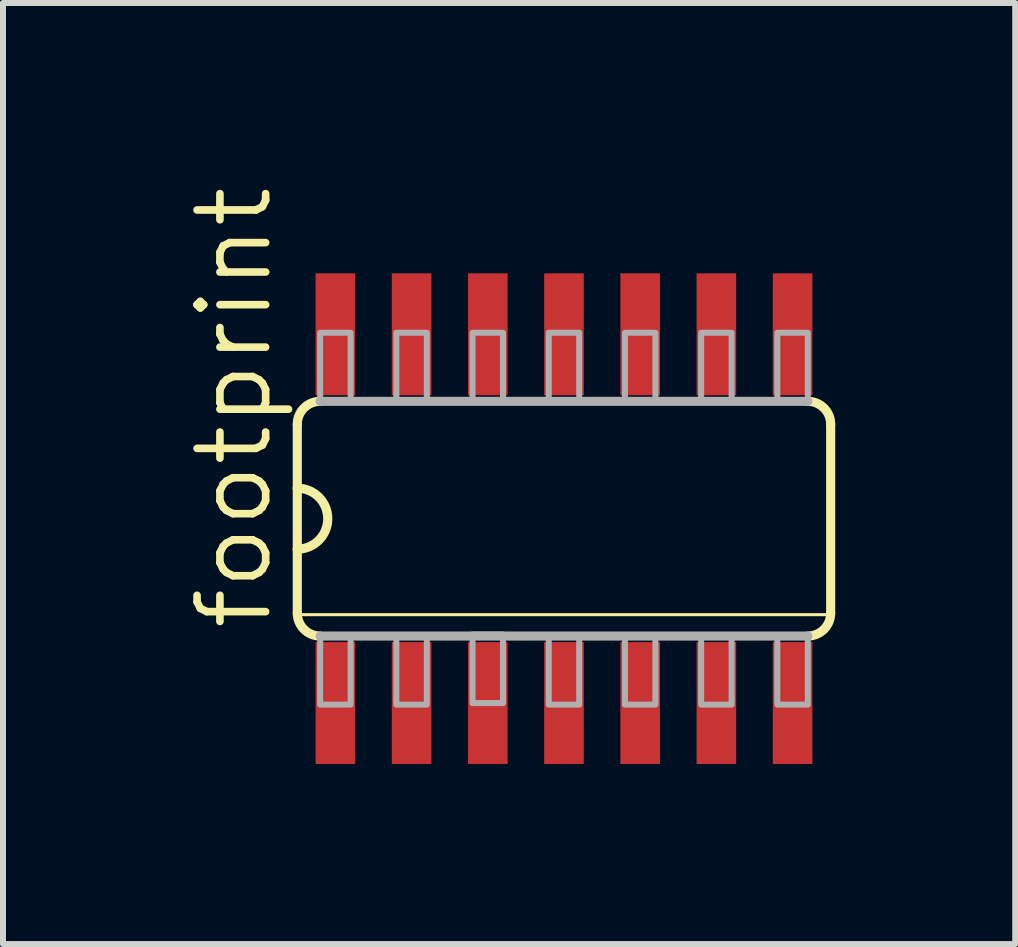
<source format=kicad_pcb>
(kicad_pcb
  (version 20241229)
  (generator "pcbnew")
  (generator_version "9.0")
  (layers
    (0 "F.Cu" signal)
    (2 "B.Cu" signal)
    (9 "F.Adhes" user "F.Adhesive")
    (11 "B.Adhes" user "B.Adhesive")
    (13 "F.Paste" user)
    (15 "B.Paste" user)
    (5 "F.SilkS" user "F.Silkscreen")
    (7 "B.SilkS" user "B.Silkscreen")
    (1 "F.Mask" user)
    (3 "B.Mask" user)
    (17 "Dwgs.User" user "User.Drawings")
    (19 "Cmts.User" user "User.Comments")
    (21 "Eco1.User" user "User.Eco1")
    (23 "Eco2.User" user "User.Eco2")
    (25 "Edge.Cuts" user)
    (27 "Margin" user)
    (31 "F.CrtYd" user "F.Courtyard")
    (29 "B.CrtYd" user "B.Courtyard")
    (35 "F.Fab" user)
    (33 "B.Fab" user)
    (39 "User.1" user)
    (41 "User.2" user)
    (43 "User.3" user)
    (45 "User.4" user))
  (footprint "footprint"
    (layer "F.Cu")
    (at 6.35 5.595)
    (property "Reference" "footprint" (at -4.826 1.905 90) (layer "F.SilkS") (effects (font (size 1.143 1.143) (thickness 0.127)) (justify left bottom)))
    (fp_line (start -4.445 -1.575) (end -4.445 -0.508) (stroke (width 0.152) (type solid)) (layer "F.SilkS"))
    (fp_line (start -4.445 -0.508) (end -4.445 0.508) (stroke (width 0.152) (type solid)) (layer "F.SilkS"))
    (fp_line (start -4.445 0.508) (end -4.445 1.575) (stroke (width 0.152) (type solid)) (layer "F.SilkS"))
    (fp_line (start -4.445 1.6) (end 4.445 1.6) (stroke (width 0.051) (type solid)) (layer "F.SilkS"))
    (fp_line (start 4.445 1.575) (end 4.445 -1.575) (stroke (width 0.152) (type solid)) (layer "F.SilkS"))
    (fp_arc (start -4.445 -1.5748) (mid -4.333408 -1.844208) (end -4.064 -1.9558) (stroke (width 0.1524) (type solid)) (layer "F.SilkS"))
    (fp_arc (start -4.445 -0.508) (mid -3.937 0) (end -4.445 0.508) (stroke (width 0.1524) (type solid)) (layer "F.SilkS"))
    (fp_arc (start -4.064 1.9558) (mid -4.333408 1.844208) (end -4.445 1.5748) (stroke (width 0.1524) (type solid)) (layer "F.SilkS"))
    (fp_arc (start 4.064 -1.9558) (mid 4.333408 -1.844208) (end 4.445 -1.5748) (stroke (width 0.1524) (type solid)) (layer "F.SilkS"))
    (fp_arc (start 4.445 1.5748) (mid 4.333408 1.844208) (end 4.064 1.9558) (stroke (width 0.1524) (type solid)) (layer "F.SilkS"))
    (fp_line (start -4.064 1.956) (end 4.064 1.956) (stroke (width 0.152) (type solid)) (layer "F.Fab"))
    (fp_line (start 4.064 -1.956) (end -4.064 -1.956) (stroke (width 0.152) (type solid)) (layer "F.Fab"))
    (fp_poly (pts (xy -4.064 -1.956) (xy -3.556 -1.956) (xy -3.556 -3.099) (xy -4.064 -3.099)) (stroke (width 0.1) (type solid)) (fill no) (layer "F.Fab"))
    (fp_poly (pts (xy -4.064 3.099) (xy -3.556 3.099) (xy -3.556 1.956) (xy -4.064 1.956)) (stroke (width 0.1) (type solid)) (fill no) (layer "F.Fab"))
    (fp_poly (pts (xy -2.794 -1.956) (xy -2.286 -1.956) (xy -2.286 -3.099) (xy -2.794 -3.099)) (stroke (width 0.1) (type solid)) (fill no) (layer "F.Fab"))
    (fp_poly (pts (xy -2.794 3.099) (xy -2.286 3.099) (xy -2.286 1.956) (xy -2.794 1.956)) (stroke (width 0.1) (type solid)) (fill no) (layer "F.Fab"))
    (fp_poly (pts (xy -1.524 -1.956) (xy -1.016 -1.956) (xy -1.016 -3.099) (xy -1.524 -3.099)) (stroke (width 0.1) (type solid)) (fill no) (layer "F.Fab"))
    (fp_poly (pts (xy -1.524 3.073) (xy -1.016 3.073) (xy -1.016 1.93) (xy -1.524 1.93)) (stroke (width 0.1) (type solid)) (fill no) (layer "F.Fab"))
    (fp_poly (pts (xy -0.254 -1.956) (xy 0.254 -1.956) (xy 0.254 -3.099) (xy -0.254 -3.099)) (stroke (width 0.1) (type solid)) (fill no) (layer "F.Fab"))
    (fp_poly (pts (xy -0.254 3.099) (xy 0.254 3.099) (xy 0.254 1.956) (xy -0.254 1.956)) (stroke (width 0.1) (type solid)) (fill no) (layer "F.Fab"))
    (fp_poly (pts (xy 1.016 -1.956) (xy 1.524 -1.956) (xy 1.524 -3.099) (xy 1.016 -3.099)) (stroke (width 0.1) (type solid)) (fill no) (layer "F.Fab"))
    (fp_poly (pts (xy 1.016 3.099) (xy 1.524 3.099) (xy 1.524 1.956) (xy 1.016 1.956)) (stroke (width 0.1) (type solid)) (fill no) (layer "F.Fab"))
    (fp_poly (pts (xy 2.286 -1.956) (xy 2.794 -1.956) (xy 2.794 -3.099) (xy 2.286 -3.099)) (stroke (width 0.1) (type solid)) (fill no) (layer "F.Fab"))
    (fp_poly (pts (xy 2.286 3.099) (xy 2.794 3.099) (xy 2.794 1.956) (xy 2.286 1.956)) (stroke (width 0.1) (type solid)) (fill no) (layer "F.Fab"))
    (fp_poly (pts (xy 3.556 -1.956) (xy 4.064 -1.956) (xy 4.064 -3.099) (xy 3.556 -3.099)) (stroke (width 0.1) (type solid)) (fill no) (layer "F.Fab"))
    (fp_poly (pts (xy 3.556 3.099) (xy 4.064 3.099) (xy 4.064 1.956) (xy 3.556 1.956)) (stroke (width 0.1) (type solid)) (fill no) (layer "F.Fab"))
    (pad "1" smd rect (at -3.81 3.073) (size 0.66 2.032) (layers "F.Cu" "F.Mask" "F.Paste"))
    (pad "2" smd rect (at -2.54 3.073) (size 0.66 2.032) (layers "F.Cu" "F.Mask" "F.Paste"))
    (pad "3" smd rect (at -1.27 3.073) (size 0.66 2.032) (layers "F.Cu" "F.Mask" "F.Paste"))
    (pad "4" smd rect (at 0 3.073) (size 0.66 2.032) (layers "F.Cu" "F.Mask" "F.Paste"))
    (pad "5" smd rect (at 1.27 3.073) (size 0.66 2.032) (layers "F.Cu" "F.Mask" "F.Paste"))
    (pad "6" smd rect (at 2.54 3.073) (size 0.66 2.032) (layers "F.Cu" "F.Mask" "F.Paste"))
    (pad "7" smd rect (at 3.81 3.073) (size 0.66 2.032) (layers "F.Cu" "F.Mask" "F.Paste"))
    (pad "8" smd rect (at 3.81 -3.073) (size 0.66 2.032) (layers "F.Cu" "F.Mask" "F.Paste"))
    (pad "9" smd rect (at 2.54 -3.073) (size 0.66 2.032) (layers "F.Cu" "F.Mask" "F.Paste"))
    (pad "10" smd rect (at 1.27 -3.073) (size 0.66 2.032) (layers "F.Cu" "F.Mask" "F.Paste"))
    (pad "11" smd rect (at 0 -3.073) (size 0.66 2.032) (layers "F.Cu" "F.Mask" "F.Paste"))
    (pad "12" smd rect (at -1.27 -3.073) (size 0.66 2.032) (layers "F.Cu" "F.Mask" "F.Paste"))
    (pad "13" smd rect (at -2.54 -3.073) (size 0.66 2.032) (layers "F.Cu" "F.Mask" "F.Paste"))
    (pad "14" smd rect (at -3.81 -3.073) (size 0.66 2.032) (layers "F.Cu" "F.Mask" "F.Paste")))
  (gr_rect
    (start -3 -3)
    (end 13.871 12.685)
    (stroke (width 0.1) (type default))
    (fill no)
    (layer "Edge.Cuts")))
</source>
